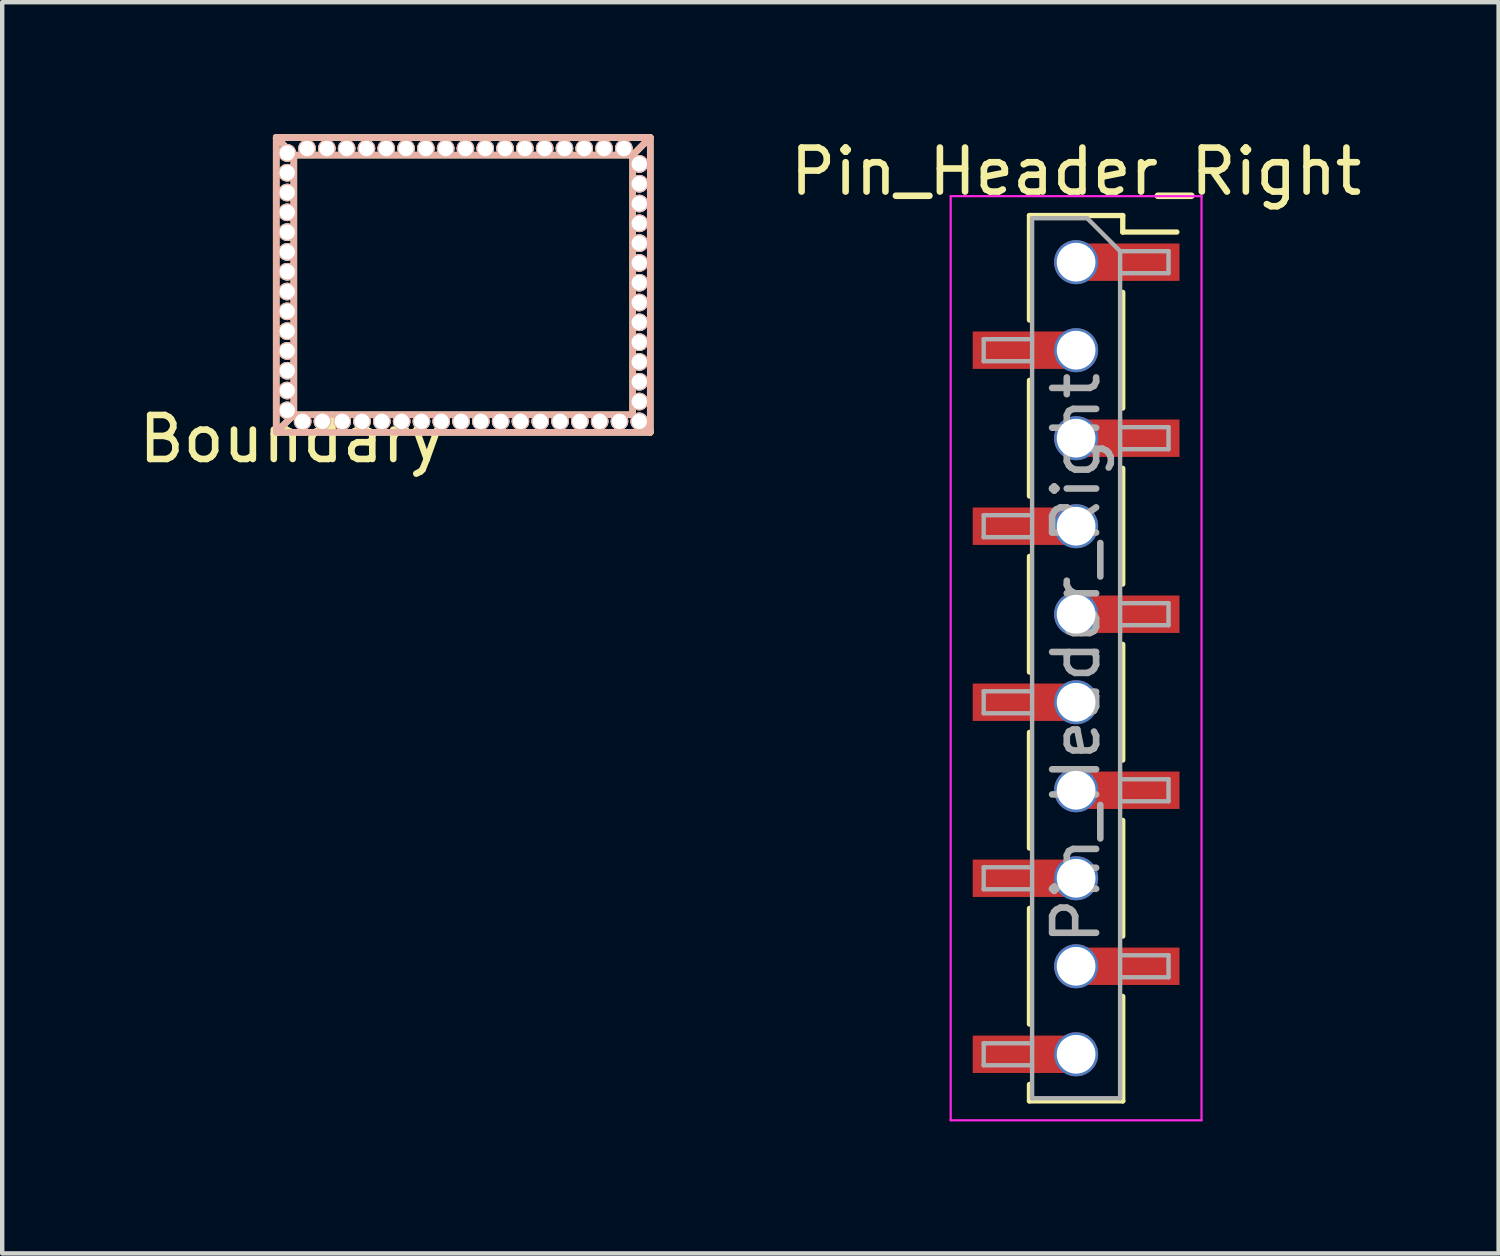
<source format=kicad_pcb>
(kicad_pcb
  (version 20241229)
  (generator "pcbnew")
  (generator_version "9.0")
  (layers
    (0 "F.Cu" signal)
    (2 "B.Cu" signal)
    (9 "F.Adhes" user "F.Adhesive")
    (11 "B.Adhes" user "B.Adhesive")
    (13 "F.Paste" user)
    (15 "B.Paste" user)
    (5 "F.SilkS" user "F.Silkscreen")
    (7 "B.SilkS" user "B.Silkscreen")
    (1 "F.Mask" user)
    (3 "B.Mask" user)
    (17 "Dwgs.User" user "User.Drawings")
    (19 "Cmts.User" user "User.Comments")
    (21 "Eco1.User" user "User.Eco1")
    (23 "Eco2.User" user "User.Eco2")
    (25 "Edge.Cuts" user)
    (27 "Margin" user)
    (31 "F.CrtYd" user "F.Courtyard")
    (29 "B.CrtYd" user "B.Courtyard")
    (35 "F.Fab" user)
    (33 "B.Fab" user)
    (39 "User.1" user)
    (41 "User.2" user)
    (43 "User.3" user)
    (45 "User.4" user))
  (footprint "Boundary"
    (layer "F.Cu")
    (at 3.577 6.425)
    (property "Reference" "Boundary" (at 0 0.5 0) (layer "F.SilkS") (effects (font (size 1 1) (thickness 0.15))))
    (attr through_hole)
    (fp_line (start -0.35 -6.35) (end -0.2 -6.35) (stroke (width 0.15) (type solid)) (layer "F.SilkS"))
    (fp_line (start -0.35 0.35) (end -0.35 -6.35) (stroke (width 0.15) (type solid)) (layer "F.SilkS"))
    (fp_line (start -0.3 0.35) (end -0.35 0.35) (stroke (width 0.15) (type solid)) (layer "F.SilkS"))
    (fp_line (start -0.2 -6.35) (end -0.15 -6.35) (stroke (width 0.15) (type solid)) (layer "F.SilkS"))
    (fp_line (start -0.15 -6.35) (end 8.1 -6.35) (stroke (width 0.15) (type solid)) (layer "F.SilkS"))
    (fp_line (start 0.05 -5.95) (end -0.35 -6.35) (stroke (width 0.15) (type solid)) (layer "F.SilkS"))
    (fp_line (start 0.05 -5.95) (end 0.05 -0.1) (stroke (width 0.15) (type solid)) (layer "F.SilkS"))
    (fp_line (start 0.05 -0.1) (end 0.05 -0.05) (stroke (width 0.15) (type solid)) (layer "F.SilkS"))
    (fp_line (start 0.05 -0.05) (end -0.35 0.35) (stroke (width 0.15) (type solid)) (layer "F.SilkS"))
    (fp_line (start 0.05 -0.05) (end 7.7 -0.05) (stroke (width 0.15) (type solid)) (layer "F.SilkS"))
    (fp_line (start 7.7 -0.05) (end 7.75 -0.05) (stroke (width 0.15) (type solid)) (layer "F.SilkS"))
    (fp_line (start 7.75 -5.95) (end 0.1 -5.95) (stroke (width 0.15) (type solid)) (layer "F.SilkS"))
    (fp_line (start 7.75 -5.95) (end 8.15 -6.35) (stroke (width 0.15) (type solid)) (layer "F.SilkS"))
    (fp_line (start 7.75 -5.9) (end 7.75 -5.95) (stroke (width 0.15) (type solid)) (layer "F.SilkS"))
    (fp_line (start 7.75 -0.05) (end 7.75 -5.9) (stroke (width 0.15) (type solid)) (layer "F.SilkS"))
    (fp_line (start 7.75 -0.05) (end 8.15 0.35) (stroke (width 0.15) (type solid)) (layer "F.SilkS"))
    (fp_line (start 8.1 -6.35) (end 8.15 -6.35) (stroke (width 0.15) (type solid)) (layer "F.SilkS"))
    (fp_line (start 8.15 -6.35) (end 8.15 0.3) (stroke (width 0.15) (type solid)) (layer "F.SilkS"))
    (fp_line (start 8.15 0.3) (end 8.15 0.35) (stroke (width 0.15) (type solid)) (layer "F.SilkS"))
    (fp_line (start 8.15 0.35) (end -0.3 0.35) (stroke (width 0.15) (type solid)) (layer "F.SilkS"))
    (fp_line (start -0.35 -6.35) (end 0.05 -5.95) (stroke (width 0.15) (type solid)) (layer "B.SilkS"))
    (fp_line (start -0.35 -6.35) (end 8.15 -6.35) (stroke (width 0.15) (type solid)) (layer "B.SilkS"))
    (fp_line (start -0.35 0.35) (end -0.35 -6.35) (stroke (width 0.15) (type solid)) (layer "B.SilkS"))
    (fp_line (start 0.05 -5.95) (end 7.7 -5.95) (stroke (width 0.15) (type solid)) (layer "B.SilkS"))
    (fp_line (start 0.05 -0.05) (end -0.3 0.3) (stroke (width 0.15) (type solid)) (layer "B.SilkS"))
    (fp_line (start 0.05 -0.05) (end 0.05 -5.95) (stroke (width 0.15) (type solid)) (layer "B.SilkS"))
    (fp_line (start 7.7 -5.95) (end 7.75 -5.95) (stroke (width 0.15) (type solid)) (layer "B.SilkS"))
    (fp_line (start 7.75 -5.95) (end 7.75 -0.05) (stroke (width 0.15) (type solid)) (layer "B.SilkS"))
    (fp_line (start 7.75 -5.95) (end 8.05 -6.25) (stroke (width 0.15) (type solid)) (layer "B.SilkS"))
    (fp_line (start 7.75 -0.05) (end 0.05 -0.05) (stroke (width 0.15) (type solid)) (layer "B.SilkS"))
    (fp_line (start 8.1 0.3) (end 7.75 -0.05) (stroke (width 0.15) (type solid)) (layer "B.SilkS"))
    (fp_line (start 8.15 -6.35) (end 8.15 0.35) (stroke (width 0.15) (type solid)) (layer "B.SilkS"))
    (fp_line (start 8.15 0.35) (end -0.35 0.35) (stroke (width 0.15) (type solid)) (layer "B.SilkS"))
    (pad "" thru_hole circle (at -0.1 -6) (size 0.4 0.4) (drill 0.35) (layers "*.Cu" "*.SilkS" "*.Mask"))
    (pad "" thru_hole circle (at -0.1 -5.55) (size 0.4 0.4) (drill 0.35) (layers "*.Cu" "*.SilkS" "*.Mask"))
    (pad "" thru_hole circle (at -0.1 -5.1) (size 0.4 0.4) (drill 0.35) (layers "*.Cu" "*.SilkS" "*.Mask"))
    (pad "" thru_hole circle (at -0.1 -4.65) (size 0.4 0.4) (drill 0.35) (layers "*.Cu" "*.SilkS" "*.Mask"))
    (pad "" thru_hole circle (at -0.1 -4.2) (size 0.4 0.4) (drill 0.35) (layers "*.Cu" "*.SilkS" "*.Mask"))
    (pad "" thru_hole circle (at -0.1 -3.75) (size 0.4 0.4) (drill 0.35) (layers "*.Cu" "*.SilkS" "*.Mask"))
    (pad "" thru_hole circle (at -0.1 -3.3) (size 0.4 0.4) (drill 0.35) (layers "*.Cu" "*.SilkS" "*.Mask"))
    (pad "" thru_hole circle (at -0.1 -2.85) (size 0.4 0.4) (drill 0.35) (layers "*.Cu" "*.SilkS" "*.Mask"))
    (pad "" thru_hole circle (at -0.1 -2.4) (size 0.4 0.4) (drill 0.35) (layers "*.Cu" "*.SilkS" "*.Mask"))
    (pad "" thru_hole circle (at -0.1 -1.95) (size 0.4 0.4) (drill 0.35) (layers "*.Cu" "*.SilkS" "*.Mask"))
    (pad "" thru_hole circle (at -0.1 -1.5) (size 0.4 0.4) (drill 0.35) (layers "*.Cu" "*.SilkS" "*.Mask"))
    (pad "" thru_hole circle (at -0.1 -1.05) (size 0.4 0.4) (drill 0.35) (layers "*.Cu" "*.SilkS" "*.Mask"))
    (pad "" thru_hole circle (at -0.1 -0.6) (size 0.4 0.4) (drill 0.35) (layers "*.Cu" "*.SilkS" "*.Mask"))
    (pad "" thru_hole circle (at -0.1 -0.15) (size 0.4 0.4) (drill 0.35) (layers "*.Cu" "*.SilkS" "*.Mask"))
    (pad "" thru_hole circle (at 0.25 0.1) (size 0.4 0.4) (drill 0.35) (layers "*.Cu" "*.SilkS" "*.Mask"))
    (pad "" thru_hole circle (at 0.35 -6.1) (size 0.4 0.4) (drill 0.35) (layers "*.Cu" "*.SilkS" "*.Mask"))
    (pad "" thru_hole circle (at 0.7 0.1) (size 0.4 0.4) (drill 0.35) (layers "*.Cu" "*.SilkS" "*.Mask"))
    (pad "" thru_hole circle (at 0.8 -6.1) (size 0.4 0.4) (drill 0.35) (layers "*.Cu" "*.SilkS" "*.Mask"))
    (pad "" thru_hole circle (at 1.15 0.1) (size 0.4 0.4) (drill 0.35) (layers "*.Cu" "*.SilkS" "*.Mask"))
    (pad "" thru_hole circle (at 1.25 -6.1) (size 0.4 0.4) (drill 0.35) (layers "*.Cu" "*.SilkS" "*.Mask"))
    (pad "" thru_hole circle (at 1.6 0.1) (size 0.4 0.4) (drill 0.35) (layers "*.Cu" "*.SilkS" "*.Mask"))
    (pad "" thru_hole circle (at 1.7 -6.1) (size 0.4 0.4) (drill 0.35) (layers "*.Cu" "*.SilkS" "*.Mask"))
    (pad "" thru_hole circle (at 2.05 0.1) (size 0.4 0.4) (drill 0.35) (layers "*.Cu" "*.SilkS" "*.Mask"))
    (pad "" thru_hole circle (at 2.15 -6.1) (size 0.4 0.4) (drill 0.35) (layers "*.Cu" "*.SilkS" "*.Mask"))
    (pad "" thru_hole circle (at 2.5 0.1) (size 0.4 0.4) (drill 0.35) (layers "*.Cu" "*.SilkS" "*.Mask"))
    (pad "" thru_hole circle (at 2.6 -6.1) (size 0.4 0.4) (drill 0.35) (layers "*.Cu" "*.SilkS" "*.Mask"))
    (pad "" thru_hole circle (at 2.95 0.1) (size 0.4 0.4) (drill 0.35) (layers "*.Cu" "*.SilkS" "*.Mask"))
    (pad "" thru_hole circle (at 3.05 -6.1) (size 0.4 0.4) (drill 0.35) (layers "*.Cu" "*.SilkS" "*.Mask"))
    (pad "" thru_hole circle (at 3.4 0.1) (size 0.4 0.4) (drill 0.35) (layers "*.Cu" "*.SilkS" "*.Mask"))
    (pad "" thru_hole circle (at 3.5 -6.1) (size 0.4 0.4) (drill 0.35) (layers "*.Cu" "*.SilkS" "*.Mask"))
    (pad "" thru_hole circle (at 3.85 0.1) (size 0.4 0.4) (drill 0.35) (layers "*.Cu" "*.SilkS" "*.Mask"))
    (pad "" thru_hole circle (at 3.95 -6.1) (size 0.4 0.4) (drill 0.35) (layers "*.Cu" "*.SilkS" "*.Mask"))
    (pad "" thru_hole circle (at 4.3 0.1) (size 0.4 0.4) (drill 0.35) (layers "*.Cu" "*.SilkS" "*.Mask"))
    (pad "" thru_hole circle (at 4.4 -6.1) (size 0.4 0.4) (drill 0.35) (layers "*.Cu" "*.SilkS" "*.Mask"))
    (pad "" thru_hole circle (at 4.75 0.1) (size 0.4 0.4) (drill 0.35) (layers "*.Cu" "*.SilkS" "*.Mask"))
    (pad "" thru_hole circle (at 4.85 -6.1) (size 0.4 0.4) (drill 0.35) (layers "*.Cu" "*.SilkS" "*.Mask"))
    (pad "" thru_hole circle (at 5.2 0.1) (size 0.4 0.4) (drill 0.35) (layers "*.Cu" "*.SilkS" "*.Mask"))
    (pad "" thru_hole circle (at 5.3 -6.1) (size 0.4 0.4) (drill 0.35) (layers "*.Cu" "*.SilkS" "*.Mask"))
    (pad "" thru_hole circle (at 5.65 0.1) (size 0.4 0.4) (drill 0.35) (layers "*.Cu" "*.SilkS" "*.Mask"))
    (pad "" thru_hole circle (at 5.75 -6.1) (size 0.4 0.4) (drill 0.35) (layers "*.Cu" "*.SilkS" "*.Mask"))
    (pad "" thru_hole circle (at 6.1 0.1) (size 0.4 0.4) (drill 0.35) (layers "*.Cu" "*.SilkS" "*.Mask"))
    (pad "" thru_hole circle (at 6.2 -6.1) (size 0.4 0.4) (drill 0.35) (layers "*.Cu" "*.SilkS" "*.Mask"))
    (pad "" thru_hole circle (at 6.55 0.1) (size 0.4 0.4) (drill 0.35) (layers "*.Cu" "*.SilkS" "*.Mask"))
    (pad "" thru_hole circle (at 6.65 -6.1) (size 0.4 0.4) (drill 0.35) (layers "*.Cu" "*.SilkS" "*.Mask"))
    (pad "" thru_hole circle (at 7 0.1) (size 0.4 0.4) (drill 0.35) (layers "*.Cu" "*.SilkS" "*.Mask"))
    (pad "" thru_hole circle (at 7.1 -6.1) (size 0.4 0.4) (drill 0.35) (layers "*.Cu" "*.SilkS" "*.Mask"))
    (pad "" thru_hole circle (at 7.45 0.1) (size 0.4 0.4) (drill 0.35) (layers "*.Cu" "*.SilkS" "*.Mask"))
    (pad "" thru_hole circle (at 7.55 -6.1) (size 0.4 0.4) (drill 0.35) (layers "*.Cu" "*.SilkS" "*.Mask"))
    (pad "" thru_hole circle (at 7.9 -5.75) (size 0.4 0.4) (drill 0.35) (layers "*.Cu" "*.SilkS" "*.Mask"))
    (pad "" thru_hole circle (at 7.9 -5.3) (size 0.4 0.4) (drill 0.35) (layers "*.Cu" "*.SilkS" "*.Mask"))
    (pad "" thru_hole circle (at 7.9 -4.85) (size 0.4 0.4) (drill 0.35) (layers "*.Cu" "*.SilkS" "*.Mask"))
    (pad "" thru_hole circle (at 7.9 -4.4) (size 0.4 0.4) (drill 0.35) (layers "*.Cu" "*.SilkS" "*.Mask"))
    (pad "" thru_hole circle (at 7.9 -3.95) (size 0.4 0.4) (drill 0.35) (layers "*.Cu" "*.SilkS" "*.Mask"))
    (pad "" thru_hole circle (at 7.9 -3.5) (size 0.4 0.4) (drill 0.35) (layers "*.Cu" "*.SilkS" "*.Mask"))
    (pad "" thru_hole circle (at 7.9 -3.05) (size 0.4 0.4) (drill 0.35) (layers "*.Cu" "*.SilkS" "*.Mask"))
    (pad "" thru_hole circle (at 7.9 -2.6) (size 0.4 0.4) (drill 0.35) (layers "*.Cu" "*.SilkS" "*.Mask"))
    (pad "" thru_hole circle (at 7.9 -2.15) (size 0.4 0.4) (drill 0.35) (layers "*.Cu" "*.SilkS" "*.Mask"))
    (pad "" thru_hole circle (at 7.9 -1.7) (size 0.4 0.4) (drill 0.35) (layers "*.Cu" "*.SilkS" "*.Mask"))
    (pad "" thru_hole circle (at 7.9 -1.25) (size 0.4 0.4) (drill 0.35) (layers "*.Cu" "*.SilkS" "*.Mask"))
    (pad "" thru_hole circle (at 7.9 -0.8) (size 0.4 0.4) (drill 0.35) (layers "*.Cu" "*.SilkS" "*.Mask"))
    (pad "" thru_hole circle (at 7.9 -0.35) (size 0.4 0.4) (drill 0.35) (layers "*.Cu" "*.SilkS" "*.Mask"))
    (pad "" thru_hole circle (at 7.9 0.1) (size 0.4 0.4) (drill 0.35) (layers "*.Cu" "*.SilkS" "*.Mask")))
  (footprint "Pin_Header_Right"
    (layer "F.Cu")
    (at 21.404 11.908)
    (property "Reference" "Pin_Header_Right" (at 0 -11.06 0) (layer "F.SilkS") (effects (font (size 1 1) (thickness 0.15))))
    (attr smd)
    (fp_line (start -1.06 -10.06) (end -1.06 -7.685) (stroke (width 0.12) (type solid)) (layer "F.SilkS"))
    (fp_line (start -1.06 -10.06) (end 1.06 -10.06) (stroke (width 0.12) (type solid)) (layer "F.SilkS"))
    (fp_line (start -1.06 -6.315) (end -1.06 -3.685) (stroke (width 0.12) (type solid)) (layer "F.SilkS"))
    (fp_line (start -1.06 -2.315) (end -1.06 0.315) (stroke (width 0.12) (type solid)) (layer "F.SilkS"))
    (fp_line (start -1.06 1.685) (end -1.06 4.315) (stroke (width 0.12) (type solid)) (layer "F.SilkS"))
    (fp_line (start -1.06 5.685) (end -1.06 8.315) (stroke (width 0.12) (type solid)) (layer "F.SilkS"))
    (fp_line (start -1.06 9.685) (end -1.06 10.06) (stroke (width 0.12) (type solid)) (layer "F.SilkS"))
    (fp_line (start -1.06 10.06) (end 1.06 10.06) (stroke (width 0.12) (type solid)) (layer "F.SilkS"))
    (fp_line (start 1.06 -10.06) (end 1.06 -9.685) (stroke (width 0.12) (type solid)) (layer "F.SilkS"))
    (fp_line (start 1.06 -9.685) (end 2.29 -9.685) (stroke (width 0.12) (type solid)) (layer "F.SilkS"))
    (fp_line (start 1.06 -8.315) (end 1.06 -5.685) (stroke (width 0.12) (type solid)) (layer "F.SilkS"))
    (fp_line (start 1.06 -4.315) (end 1.06 -1.685) (stroke (width 0.12) (type solid)) (layer "F.SilkS"))
    (fp_line (start 1.06 -0.315) (end 1.06 2.315) (stroke (width 0.12) (type solid)) (layer "F.SilkS"))
    (fp_line (start 1.06 3.685) (end 1.06 6.315) (stroke (width 0.12) (type solid)) (layer "F.SilkS"))
    (fp_line (start 1.06 7.685) (end 1.06 10.06) (stroke (width 0.12) (type solid)) (layer "F.SilkS"))
    (fp_line (start -2.85 -10.5) (end -2.85 10.5) (stroke (width 0.05) (type solid)) (layer "F.CrtYd"))
    (fp_line (start -2.85 10.5) (end 2.85 10.5) (stroke (width 0.05) (type solid)) (layer "F.CrtYd"))
    (fp_line (start 2.85 -10.5) (end -2.85 -10.5) (stroke (width 0.05) (type solid)) (layer "F.CrtYd"))
    (fp_line (start 2.85 10.5) (end 2.85 -10.5) (stroke (width 0.05) (type solid)) (layer "F.CrtYd"))
    (fp_line (start -2.1 -7.25) (end -2.1 -6.75) (stroke (width 0.1) (type solid)) (layer "F.Fab"))
    (fp_line (start -2.1 -6.75) (end -1 -6.75) (stroke (width 0.1) (type solid)) (layer "F.Fab"))
    (fp_line (start -2.1 -3.25) (end -2.1 -2.75) (stroke (width 0.1) (type solid)) (layer "F.Fab"))
    (fp_line (start -2.1 -2.75) (end -1 -2.75) (stroke (width 0.1) (type solid)) (layer "F.Fab"))
    (fp_line (start -2.1 0.75) (end -2.1 1.25) (stroke (width 0.1) (type solid)) (layer "F.Fab"))
    (fp_line (start -2.1 1.25) (end -1 1.25) (stroke (width 0.1) (type solid)) (layer "F.Fab"))
    (fp_line (start -2.1 4.75) (end -2.1 5.25) (stroke (width 0.1) (type solid)) (layer "F.Fab"))
    (fp_line (start -2.1 5.25) (end -1 5.25) (stroke (width 0.1) (type solid)) (layer "F.Fab"))
    (fp_line (start -2.1 8.75) (end -2.1 9.25) (stroke (width 0.1) (type solid)) (layer "F.Fab"))
    (fp_line (start -2.1 9.25) (end -1 9.25) (stroke (width 0.1) (type solid)) (layer "F.Fab"))
    (fp_line (start -1 -10) (end -1 10) (stroke (width 0.1) (type solid)) (layer "F.Fab"))
    (fp_line (start -1 -10) (end 0.25 -10) (stroke (width 0.1) (type solid)) (layer "F.Fab"))
    (fp_line (start -1 -7.25) (end -2.1 -7.25) (stroke (width 0.1) (type solid)) (layer "F.Fab"))
    (fp_line (start -1 -3.25) (end -2.1 -3.25) (stroke (width 0.1) (type solid)) (layer "F.Fab"))
    (fp_line (start -1 0.75) (end -2.1 0.75) (stroke (width 0.1) (type solid)) (layer "F.Fab"))
    (fp_line (start -1 4.75) (end -2.1 4.75) (stroke (width 0.1) (type solid)) (layer "F.Fab"))
    (fp_line (start -1 8.75) (end -2.1 8.75) (stroke (width 0.1) (type solid)) (layer "F.Fab"))
    (fp_line (start 1 -9.25) (end 0.25 -10) (stroke (width 0.1) (type solid)) (layer "F.Fab"))
    (fp_line (start 1 -9.25) (end 2.1 -9.25) (stroke (width 0.1) (type solid)) (layer "F.Fab"))
    (fp_line (start 1 -5.25) (end 2.1 -5.25) (stroke (width 0.1) (type solid)) (layer "F.Fab"))
    (fp_line (start 1 -1.25) (end 2.1 -1.25) (stroke (width 0.1) (type solid)) (layer "F.Fab"))
    (fp_line (start 1 2.75) (end 2.1 2.75) (stroke (width 0.1) (type solid)) (layer "F.Fab"))
    (fp_line (start 1 6.75) (end 2.1 6.75) (stroke (width 0.1) (type solid)) (layer "F.Fab"))
    (fp_line (start 1 10) (end -1 10) (stroke (width 0.1) (type solid)) (layer "F.Fab"))
    (fp_line (start 1 10) (end 1 -9.25) (stroke (width 0.1) (type solid)) (layer "F.Fab"))
    (fp_line (start 2.1 -9.25) (end 2.1 -8.75) (stroke (width 0.1) (type solid)) (layer "F.Fab"))
    (fp_line (start 2.1 -8.75) (end 1 -8.75) (stroke (width 0.1) (type solid)) (layer "F.Fab"))
    (fp_line (start 2.1 -5.25) (end 2.1 -4.75) (stroke (width 0.1) (type solid)) (layer "F.Fab"))
    (fp_line (start 2.1 -4.75) (end 1 -4.75) (stroke (width 0.1) (type solid)) (layer "F.Fab"))
    (fp_line (start 2.1 -1.25) (end 2.1 -0.75) (stroke (width 0.1) (type solid)) (layer "F.Fab"))
    (fp_line (start 2.1 -0.75) (end 1 -0.75) (stroke (width 0.1) (type solid)) (layer "F.Fab"))
    (fp_line (start 2.1 2.75) (end 2.1 3.25) (stroke (width 0.1) (type solid)) (layer "F.Fab"))
    (fp_line (start 2.1 3.25) (end 1 3.25) (stroke (width 0.1) (type solid)) (layer "F.Fab"))
    (fp_line (start 2.1 6.75) (end 2.1 7.25) (stroke (width 0.1) (type solid)) (layer "F.Fab"))
    (fp_line (start 2.1 7.25) (end 1 7.25) (stroke (width 0.1) (type solid)) (layer "F.Fab"))
    (fp_text user "${REFERENCE}" (at 0 0 90) (layer "F.Fab") (effects (font (size 1 1) (thickness 0.15))))
    (pad "1" thru_hole circle (at 0 -9) (size 1 1) (drill 0.88) (layers "*.Cu" "*.Mask"))
    (pad "1" smd rect (at 1.175 -9) (size 2.35 0.85) (layers "F.Cu" "F.Mask" "F.Paste"))
    (pad "2" smd rect (at -1.175 -7) (size 2.35 0.85) (layers "F.Cu" "F.Mask" "F.Paste"))
    (pad "2" thru_hole circle (at 0 -7) (size 1 1) (drill 0.88) (layers "*.Cu" "*.Mask"))
    (pad "3" thru_hole circle (at 0 -5) (size 1 1) (drill 0.88) (layers "*.Cu" "*.Mask"))
    (pad "3" smd rect (at 1.175 -5) (size 2.35 0.85) (layers "F.Cu" "F.Mask" "F.Paste"))
    (pad "4" smd rect (at -1.175 -3) (size 2.35 0.85) (layers "F.Cu" "F.Mask" "F.Paste"))
    (pad "4" thru_hole circle (at 0 -3) (size 1 1) (drill 0.88) (layers "*.Cu" "*.Mask"))
    (pad "5" thru_hole circle (at 0 -1) (size 1 1) (drill 0.88) (layers "*.Cu" "*.Mask"))
    (pad "5" smd rect (at 1.175 -1) (size 2.35 0.85) (layers "F.Cu" "F.Mask" "F.Paste"))
    (pad "6" smd rect (at -1.175 1) (size 2.35 0.85) (layers "F.Cu" "F.Mask" "F.Paste"))
    (pad "6" thru_hole circle (at 0 1) (size 1 1) (drill 0.88) (layers "*.Cu" "*.Mask"))
    (pad "7" thru_hole circle (at 0 3) (size 1 1) (drill 0.88) (layers "*.Cu" "*.Mask"))
    (pad "7" smd rect (at 1.175 3) (size 2.35 0.85) (layers "F.Cu" "F.Mask" "F.Paste"))
    (pad "8" smd rect (at -1.175 5) (size 2.35 0.85) (layers "F.Cu" "F.Mask" "F.Paste"))
    (pad "8" thru_hole circle (at 0 5) (size 1 1) (drill 0.88) (layers "*.Cu" "*.Mask"))
    (pad "9" thru_hole circle (at 0 7) (size 1 1) (drill 0.88) (layers "*.Cu" "*.Mask"))
    (pad "9" smd rect (at 1.175 7) (size 2.35 0.85) (layers "F.Cu" "F.Mask" "F.Paste"))
    (pad "10" smd rect (at -1.175 9) (size 2.35 0.85) (layers "F.Cu" "F.Mask" "F.Paste"))
    (pad "10" thru_hole circle (at 0 9) (size 1 1) (drill 0.88) (layers "*.Cu" "*.Mask")))
  (gr_rect
    (start -3 -3)
    (end 31.005 25.433)
    (stroke (width 0.1) (type default))
    (fill no)
    (layer "Edge.Cuts")))
</source>
